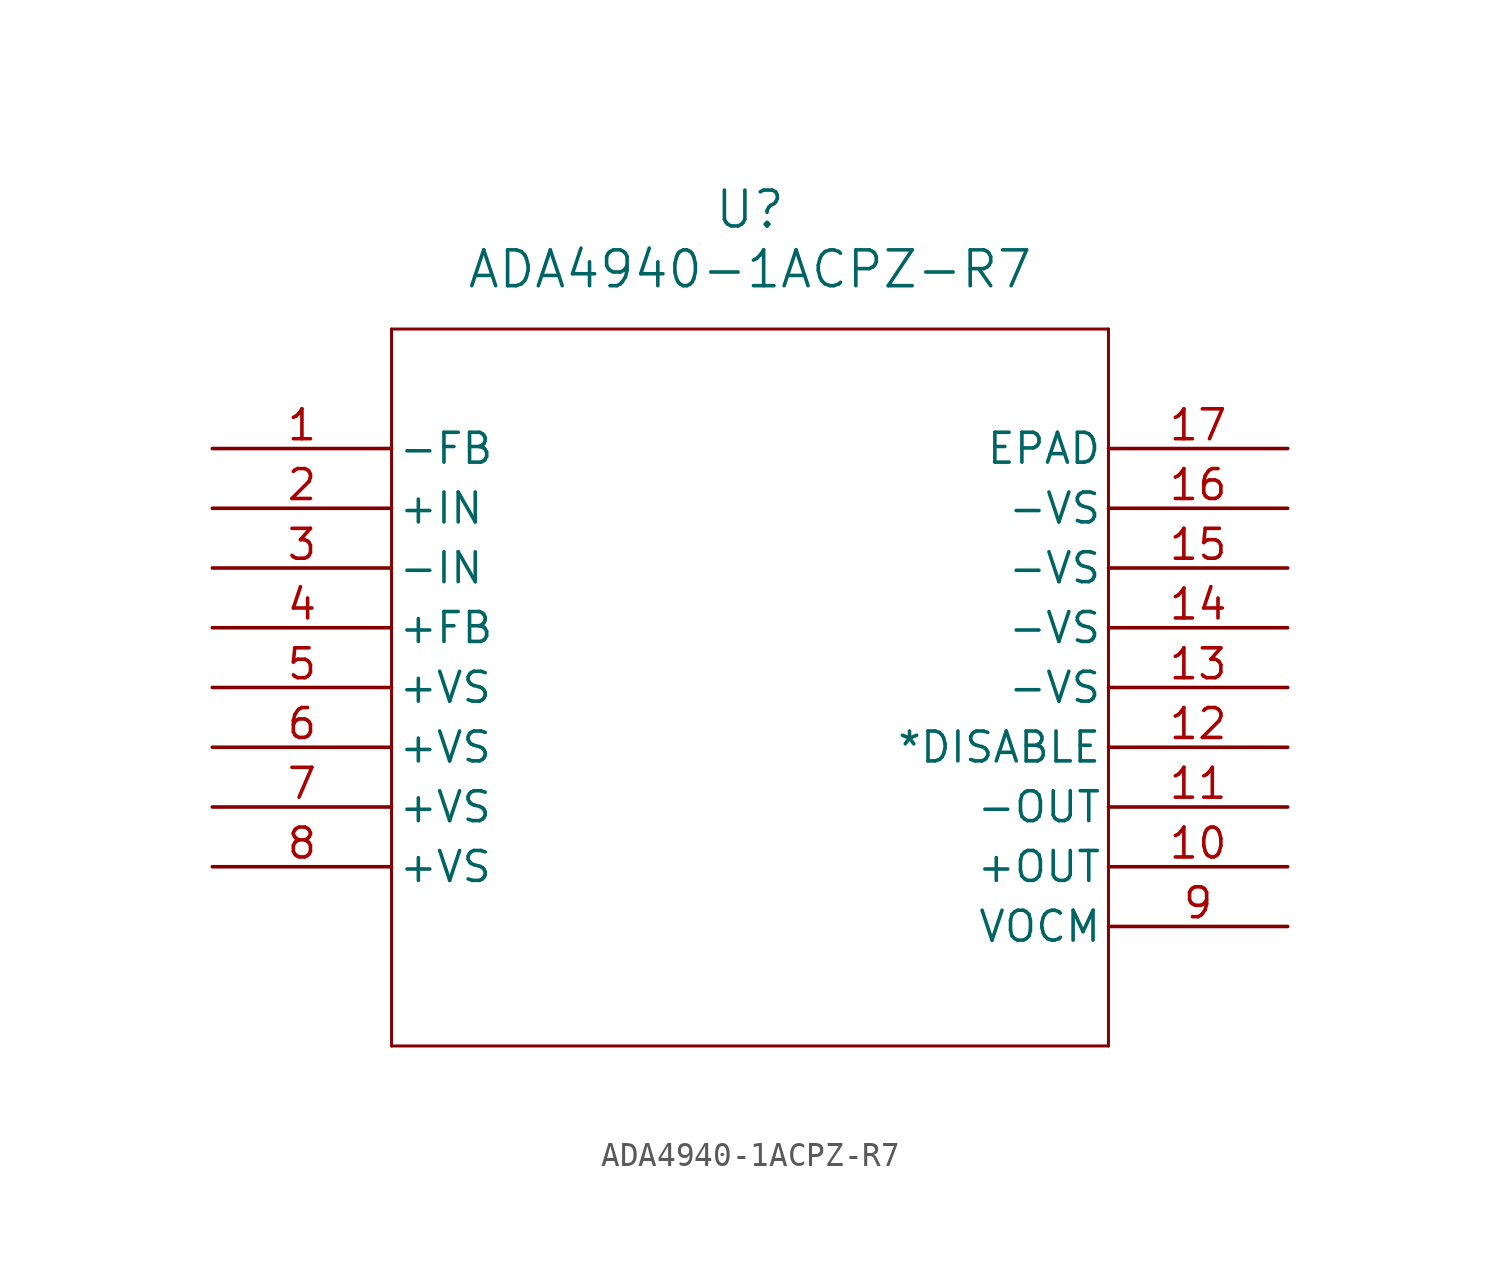
<source format=kicad_sym>
(kicad_symbol_lib
  (version 20211014)
  (generator kicad_symbol_editor)
  (symbol "ADA4940-1ACPZ-R7"
    (pin_names
      (offset 0.254))
    (property "Reference" "U"
      (at 22.86 10.16 0)
      (effects (font (size 1.524 1.524))))
    (property "Value" "ADA4940-1ACPZ-R7"
      (at 22.86 7.62 0)
      (effects (font (size 1.524 1.524))))
    (symbol "ADA4940-1ACPZ-R7_0_1"
      (polyline (pts (xy 7.62 5.08) (xy 7.62 -25.4)) (stroke (width 0.127) (type default) (color 0 0 0 0)) (fill (type none)))
      (polyline (pts (xy 7.62 -25.4) (xy 38.1 -25.4)) (stroke (width 0.127) (type default) (color 0 0 0 0)) (fill (type none)))
      (polyline (pts (xy 38.1 -25.4) (xy 38.1 5.08)) (stroke (width 0.127) (type default) (color 0 0 0 0)) (fill (type none)))
      (polyline (pts (xy 38.1 5.08) (xy 7.62 5.08)) (stroke (width 0.127) (type default) (color 0 0 0 0)) (fill (type none)))
      (pin unspecified line (at 0 0 0) (length 7.62) (name "-FB" (effects (font (size 1.27 1.27)))) (number "1" (effects (font (size 1.27 1.27)))))
      (pin input line (at 0 -2.54 0) (length 7.62) (name "+IN" (effects (font (size 1.27 1.27)))) (number "2" (effects (font (size 1.27 1.27)))))
      (pin input line (at 0 -5.08 0) (length 7.62) (name "-IN" (effects (font (size 1.27 1.27)))) (number "3" (effects (font (size 1.27 1.27)))))
      (pin output line (at 0 -7.62 0) (length 7.62) (name "+FB" (effects (font (size 1.27 1.27)))) (number "4" (effects (font (size 1.27 1.27)))))
      (pin power_in line (at 0 -10.16 0) (length 7.62) (name "+VS" (effects (font (size 1.27 1.27)))) (number "5" (effects (font (size 1.27 1.27)))))
      (pin power_in line (at 0 -12.7 0) (length 7.62) (name "+VS" (effects (font (size 1.27 1.27)))) (number "6" (effects (font (size 1.27 1.27)))))
      (pin power_in line (at 0 -15.24 0) (length 7.62) (name "+VS" (effects (font (size 1.27 1.27)))) (number "7" (effects (font (size 1.27 1.27)))))
      (pin power_in line (at 0 -17.78 0) (length 7.62) (name "+VS" (effects (font (size 1.27 1.27)))) (number "8" (effects (font (size 1.27 1.27)))))
      (pin output line (at 45.72 -20.32 180) (length 7.62) (name "VOCM" (effects (font (size 1.27 1.27)))) (number "9" (effects (font (size 1.27 1.27)))))
      (pin output line (at 45.72 -17.78 180) (length 7.62) (name "+OUT" (effects (font (size 1.27 1.27)))) (number "10" (effects (font (size 1.27 1.27)))))
      (pin output line (at 45.72 -15.24 180) (length 7.62) (name "-OUT" (effects (font (size 1.27 1.27)))) (number "11" (effects (font (size 1.27 1.27)))))
      (pin unspecified line (at 45.72 -12.7 180) (length 7.62) (name "*DISABLE" (effects (font (size 1.27 1.27)))) (number "12" (effects (font (size 1.27 1.27)))))
      (pin power_in line (at 45.72 -10.16 180) (length 7.62) (name "-VS" (effects (font (size 1.27 1.27)))) (number "13" (effects (font (size 1.27 1.27)))))
      (pin power_in line (at 45.72 -7.62 180) (length 7.62) (name "-VS" (effects (font (size 1.27 1.27)))) (number "14" (effects (font (size 1.27 1.27)))))
      (pin power_in line (at 45.72 -5.08 180) (length 7.62) (name "-VS" (effects (font (size 1.27 1.27)))) (number "15" (effects (font (size 1.27 1.27)))))
      (pin power_in line (at 45.72 -2.54 180) (length 7.62) (name "-VS" (effects (font (size 1.27 1.27)))) (number "16" (effects (font (size 1.27 1.27)))))
      (pin unspecified line (at 45.72 0 180) (length 7.62) (name "EPAD" (effects (font (size 1.27 1.27)))) (number "17" (effects (font (size 1.27 1.27))))))))
</source>
